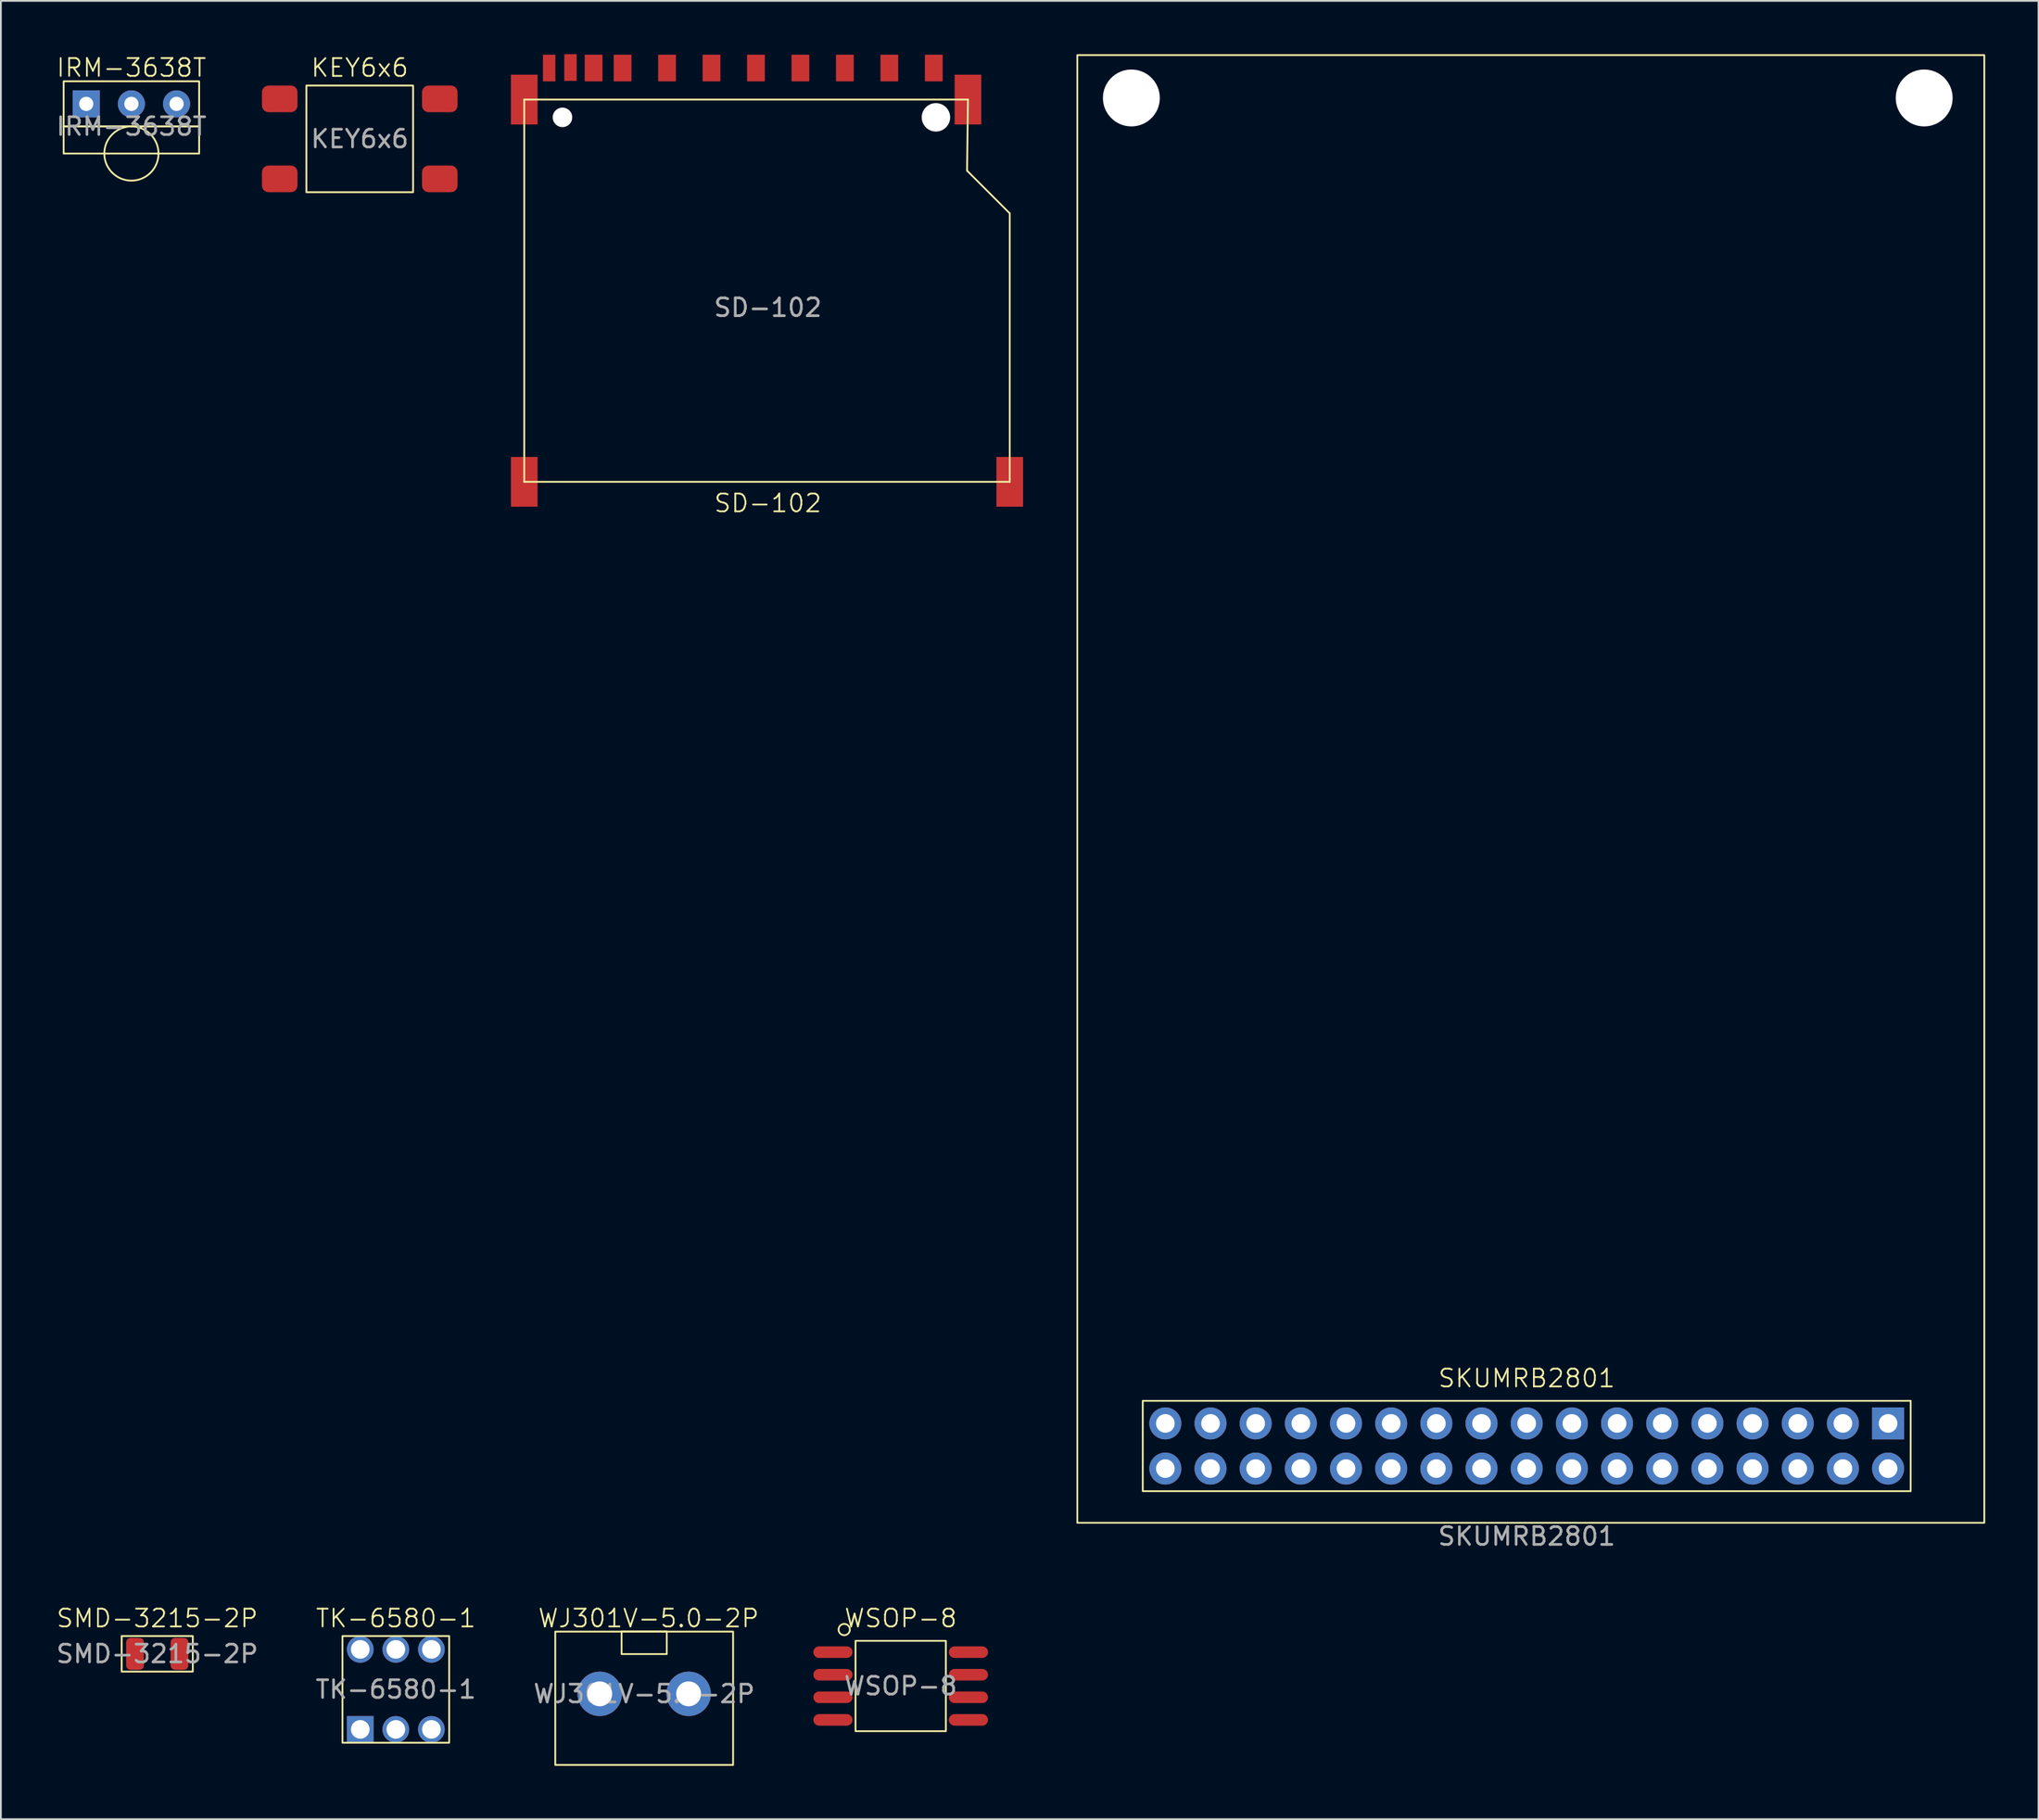
<source format=kicad_pcb>
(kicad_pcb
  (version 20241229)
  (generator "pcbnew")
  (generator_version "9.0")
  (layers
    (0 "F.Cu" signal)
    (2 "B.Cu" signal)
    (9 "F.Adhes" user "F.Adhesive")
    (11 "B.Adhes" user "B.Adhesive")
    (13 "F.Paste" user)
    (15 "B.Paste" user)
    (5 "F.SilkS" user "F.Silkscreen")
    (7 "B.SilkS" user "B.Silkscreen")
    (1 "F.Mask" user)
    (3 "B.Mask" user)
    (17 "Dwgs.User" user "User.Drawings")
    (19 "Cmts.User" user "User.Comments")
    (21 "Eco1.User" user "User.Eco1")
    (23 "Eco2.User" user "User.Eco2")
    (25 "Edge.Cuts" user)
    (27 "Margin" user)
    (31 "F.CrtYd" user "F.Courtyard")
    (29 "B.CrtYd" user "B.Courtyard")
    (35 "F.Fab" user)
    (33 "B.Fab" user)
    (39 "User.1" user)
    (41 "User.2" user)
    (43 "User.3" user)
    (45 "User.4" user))
  (footprint "SD-102"
    (layer "F.Cu")
    (at 26.429 24.05)
    (property "Reference" "SD-102" (at 13.7 1.2 0) (unlocked yes) (layer "F.SilkS") (effects (font (size 1 1) (thickness 0.1))))
    (attr smd)
    (fp_line (start 0 -21.5) (end 24.95 -21.5) (stroke (width 0.1) (type default)) (layer "F.SilkS"))
    (fp_line (start 0 0) (end 0 -21.5) (stroke (width 0.1) (type default)) (layer "F.SilkS"))
    (fp_line (start 0 0) (end 27.3 0) (stroke (width 0.1) (type default)) (layer "F.SilkS"))
    (fp_line (start 24.9 -17.5) (end 27.3 -15.1) (stroke (width 0.1) (type default)) (layer "F.SilkS"))
    (fp_line (start 24.95 -21.5) (end 24.9 -17.5) (stroke (width 0.1) (type default)) (layer "F.SilkS"))
    (fp_line (start 27.3 0) (end 27.3 -15.1) (stroke (width 0.1) (type default)) (layer "F.SilkS"))
    (fp_text user "${REFERENCE}" (at 13.7 -9.8 0) (unlocked yes) (layer "F.Fab") (effects (font (size 1 1) (thickness 0.15))))
    (pad "" smd rect (at 0 -21.5) (size 1.5 2.8) (layers "F.Cu" "F.Mask" "F.Paste"))
    (pad "" smd rect (at 0 0) (size 1.5 2.8) (layers "F.Cu" "F.Mask" "F.Paste"))
    (pad "" np_thru_hole circle (at 2.15 -20.5) (size 1.1 1.1) (drill 1.1) (layers "*.Cu" "*.Mask"))
    (pad "" np_thru_hole circle (at 23.15 -20.5) (size 1.6 1.6) (drill 1.6) (layers "*.Cu" "*.Mask"))
    (pad "" smd rect (at 24.95 -21.5) (size 1.5 2.8) (layers "F.Cu" "F.Mask" "F.Paste"))
    (pad "" smd rect (at 27.3 0) (size 1.5 2.8) (layers "F.Cu" "F.Mask" "F.Paste"))
    (pad "1" smd rect (at 20.53 -23.275) (size 1 1.5) (layers "F.Cu" "F.Mask" "F.Paste"))
    (pad "2" smd rect (at 18.03 -23.275) (size 1 1.5) (layers "F.Cu" "F.Mask" "F.Paste"))
    (pad "3" smd rect (at 15.53 -23.275) (size 1 1.5) (layers "F.Cu" "F.Mask" "F.Paste"))
    (pad "4" smd rect (at 13.03 -23.275) (size 1 1.5) (layers "F.Cu" "F.Mask" "F.Paste"))
    (pad "5" smd rect (at 10.53 -23.275) (size 1 1.5) (layers "F.Cu" "F.Mask" "F.Paste"))
    (pad "6" smd rect (at 8.03 -23.275) (size 1 1.5) (layers "F.Cu" "F.Mask" "F.Paste"))
    (pad "7" smd rect (at 5.53 -23.275) (size 1 1.5) (layers "F.Cu" "F.Mask" "F.Paste"))
    (pad "8" smd rect (at 3.9 -23.275) (size 1 1.5) (layers "F.Cu" "F.Mask" "F.Paste"))
    (pad "9" smd rect (at 23.03 -23.275) (size 1 1.5) (layers "F.Cu" "F.Mask" "F.Paste"))
    (pad "10" smd rect (at 2.6 -23.3) (size 0.7 1.5) (layers "F.Cu" "F.Mask" "F.Paste"))
    (pad "11" smd rect (at 1.4 -23.275) (size 0.7 1.5) (layers "F.Cu" "F.Mask" "F.Paste")))
  (footprint "WJ301V-5.0-2P"
    (layer "F.Cu")
    (at 33.173 92.219)
    (property "Reference" "WJ301V-5.0-2P" (at 0.25 -4.25 0) (unlocked yes) (layer "F.SilkS") (effects (font (size 1 1) (thickness 0.1))))
    (attr through_hole)
    (fp_rect (start -5 -3.5) (end 5 4) (stroke (width 0.1) (type default)) (fill no) (layer "F.SilkS"))
    (fp_rect (start -1.27 -3.505) (end 1.27 -2.235) (stroke (width 0.1) (type default)) (fill no) (layer "F.SilkS"))
    (fp_text user "${REFERENCE}" (at 0 0 0) (unlocked yes) (layer "F.Fab") (effects (font (size 1 1) (thickness 0.15))))
    (pad "1" thru_hole circle (at -2.5 0) (size 2.5 2.5) (drill 1.4) (layers "*.Cu" "*.Mask"))
    (pad "2" thru_hole circle (at 2.5 0) (size 2.5 2.5) (drill 1.4) (layers "*.Cu" "*.Mask")))
  (footprint "IRM-3638T"
    (layer "F.Cu")
    (at 4.339 2.792)
    (property "Reference" "IRM-3638T" (at 0 -2.032 0) (unlocked yes) (layer "F.SilkS") (effects (font (size 1 1) (thickness 0.1))))
    (attr through_hole)
    (fp_rect (start -3.81 -1.27) (end 3.81 1.27) (stroke (width 0.1) (type default)) (fill no) (layer "F.SilkS"))
    (fp_rect (start -3.81 1.27) (end 3.81 2.794) (stroke (width 0.1) (type default)) (fill no) (layer "F.SilkS"))
    (fp_circle (center 0 2.794) (end 0 4.318) (stroke (width 0.1) (type default)) (fill no) (layer "F.SilkS"))
    (fp_text user "${REFERENCE}" (at 0 1.27 0) (unlocked yes) (layer "F.Fab") (effects (font (size 1 1) (thickness 0.15))))
    (pad "1" thru_hole rect (at -2.54 0) (size 1.524 1.524) (drill 0.8) (layers "*.Cu" "*.Mask"))
    (pad "2" thru_hole circle (at 0 0) (size 1.524 1.524) (drill 0.8) (layers "*.Cu" "*.Mask"))
    (pad "3" thru_hole circle (at 2.54 0) (size 1.524 1.524) (drill 0.8) (layers "*.Cu" "*.Mask")))
  (footprint "TK-6580-1"
    (layer "F.Cu")
    (at 19.208 91.969)
    (property "Reference" "TK-6580-1" (at 0 -4 0) (unlocked yes) (layer "F.SilkS") (effects (font (size 1 1) (thickness 0.1))))
    (attr through_hole)
    (fp_rect (start -3 -3) (end 3 3) (stroke (width 0.1) (type default)) (fill no) (layer "F.SilkS"))
    (fp_text user "${REFERENCE}" (at 0 0 0) (unlocked yes) (layer "F.Fab") (effects (font (size 1 1) (thickness 0.15))))
    (pad "1" thru_hole rect (at -2 2.25) (size 1.5 1.5) (drill 1.05) (layers "*.Cu" "*.Mask"))
    (pad "2" thru_hole circle (at 0 2.25) (size 1.5 1.5) (drill 1.05) (layers "*.Cu" "*.Mask"))
    (pad "3" thru_hole circle (at 2 2.25) (size 1.5 1.5) (drill 1.05) (layers "*.Cu" "*.Mask"))
    (pad "4" thru_hole circle (at -2 -2.25) (size 1.5 1.5) (drill 1.05) (layers "*.Cu" "*.Mask"))
    (pad "5" thru_hole circle (at 0 -2.25) (size 1.5 1.5) (drill 1.05) (layers "*.Cu" "*.Mask"))
    (pad "6" thru_hole circle (at 2 -2.25) (size 1.5 1.5) (drill 1.05) (layers "*.Cu" "*.Mask")))
  (footprint "SMD-3215-2P"
    (layer "F.Cu")
    (at 5.792 89.969)
    (property "Reference" "SMD-3215-2P" (at 0 -2 0) (unlocked yes) (layer "F.SilkS") (effects (font (size 1 1) (thickness 0.1))))
    (attr smd)
    (fp_rect (start -2 -1) (end 2 1) (stroke (width 0.1) (type default)) (fill no) (layer "F.SilkS"))
    (fp_text user "${REFERENCE}" (at 0 0 0) (unlocked yes) (layer "F.Fab") (effects (font (size 1 1) (thickness 0.15))))
    (pad "1" smd roundrect (at -1.25 0) (size 1 1.8) (layers "F.Cu" "F.Mask" "F.Paste") (roundrect_rratio 0.25))
    (pad "2" smd roundrect (at 1.25 0) (size 1 1.8) (layers "F.Cu" "F.Mask" "F.Paste") (roundrect_rratio 0.25)))
  (footprint "KEY6x6"
    (layer "F.Cu")
    (at 17.179 4.761)
    (property "Reference" "KEY6x6" (at 0 -4 0) (unlocked yes) (layer "F.SilkS") (effects (font (size 1 1) (thickness 0.1))))
    (attr smd)
    (fp_rect (start -3 -3) (end 3 3) (stroke (width 0.1) (type default)) (fill no) (layer "F.SilkS"))
    (fp_text user "${REFERENCE}" (at 0 0 0) (unlocked yes) (layer "F.Fab") (effects (font (size 1 1) (thickness 0.15))))
    (pad "1" smd roundrect (at -4.5 -2.25) (size 2 1.5) (layers "F.Cu" "F.Mask" "F.Paste") (roundrect_rratio 0.25))
    (pad "1" smd roundrect (at 4.5 -2.25) (size 2 1.5) (layers "F.Cu" "F.Mask" "F.Paste") (roundrect_rratio 0.25))
    (pad "2" smd roundrect (at -4.5 2.25) (size 2 1.5) (layers "F.Cu" "F.Mask" "F.Paste") (roundrect_rratio 0.25))
    (pad "2" smd roundrect (at 4.5 2.25) (size 2 1.5) (layers "F.Cu" "F.Mask" "F.Paste") (roundrect_rratio 0.25)))
  (footprint "SKUMRB2801"
    (layer "F.Cu")
    (at 82.799 78.28)
    (property "Reference" "SKUMRB2801" (at 0 -3.81 0) (unlocked yes) (layer "F.SilkS") (effects (font (size 1 1) (thickness 0.1))))
    (attr through_hole)
    (fp_rect (start -25.27 4.32) (end 25.73 -78.23) (stroke (width 0.1) (type default)) (fill no) (layer "F.SilkS"))
    (fp_rect (start -21.59 -2.54) (end 21.59 2.54) (stroke (width 0.1) (type default)) (fill no) (layer "F.SilkS"))
    (fp_text user "${REFERENCE}" (at 0 5.08 0) (unlocked yes) (layer "F.Fab") (effects (font (size 1 1) (thickness 0.15))))
    (pad "" np_thru_hole circle (at -22.23 -75.82) (size 3.2 3.2) (drill 3.2) (layers "*.Cu" "*.Mask"))
    (pad "" np_thru_hole circle (at 22.35 -75.82) (size 3.2 3.2) (drill 3.2) (layers "*.Cu" "*.Mask"))
    (pad "1" thru_hole rect (at 20.32 -1.27 180) (size 1.8 1.8) (drill 1.05) (layers "*.Cu" "*.Mask"))
    (pad "2" thru_hole circle (at 20.32 1.27 180) (size 1.8 1.8) (drill 1.05) (layers "*.Cu" "*.Mask"))
    (pad "3" thru_hole circle (at 17.78 -1.27 180) (size 1.8 1.8) (drill 1.05) (layers "*.Cu" "*.Mask"))
    (pad "4" thru_hole circle (at 17.78 1.27 180) (size 1.8 1.8) (drill 1.05) (layers "*.Cu" "*.Mask"))
    (pad "5" thru_hole circle (at 15.24 -1.27 180) (size 1.8 1.8) (drill 1.05) (layers "*.Cu" "*.Mask"))
    (pad "6" thru_hole circle (at 15.24 1.27 180) (size 1.8 1.8) (drill 1.05) (layers "*.Cu" "*.Mask"))
    (pad "7" thru_hole circle (at 12.7 -1.27 180) (size 1.8 1.8) (drill 1.05) (layers "*.Cu" "*.Mask"))
    (pad "8" thru_hole circle (at 12.7 1.27 180) (size 1.8 1.8) (drill 1.05) (layers "*.Cu" "*.Mask"))
    (pad "9" thru_hole circle (at 10.16 -1.27 180) (size 1.8 1.8) (drill 1.05) (layers "*.Cu" "*.Mask"))
    (pad "10" thru_hole circle (at 10.16 1.27 180) (size 1.8 1.8) (drill 1.05) (layers "*.Cu" "*.Mask"))
    (pad "11" thru_hole circle (at 7.62 -1.27 180) (size 1.8 1.8) (drill 1.05) (layers "*.Cu" "*.Mask"))
    (pad "12" thru_hole circle (at 7.62 1.27 180) (size 1.8 1.8) (drill 1.05) (layers "*.Cu" "*.Mask"))
    (pad "13" thru_hole circle (at 5.08 -1.27 180) (size 1.8 1.8) (drill 1.05) (layers "*.Cu" "*.Mask"))
    (pad "14" thru_hole circle (at 5.08 1.27 180) (size 1.8 1.8) (drill 1.05) (layers "*.Cu" "*.Mask"))
    (pad "15" thru_hole circle (at 2.54 -1.27) (size 1.8 1.8) (drill 1.05) (layers "*.Cu" "*.Mask"))
    (pad "16" thru_hole circle (at 2.54 1.27) (size 1.8 1.8) (drill 1.05) (layers "*.Cu" "*.Mask"))
    (pad "17" thru_hole circle (at 0 -1.27) (size 1.8 1.8) (drill 1.05) (layers "*.Cu" "*.Mask"))
    (pad "18" thru_hole circle (at 0 1.27 90) (size 1.8 1.8) (drill 1.05) (layers "*.Cu" "*.Mask"))
    (pad "19" thru_hole circle (at -2.54 -1.27) (size 1.8 1.8) (drill 1.05) (layers "*.Cu" "*.Mask"))
    (pad "20" thru_hole circle (at -2.54 1.27) (size 1.8 1.8) (drill 1.05) (layers "*.Cu" "*.Mask"))
    (pad "21" thru_hole circle (at -5.08 -1.27) (size 1.8 1.8) (drill 1.05) (layers "*.Cu" "*.Mask"))
    (pad "22" thru_hole circle (at -5.08 1.27) (size 1.8 1.8) (drill 1.05) (layers "*.Cu" "*.Mask"))
    (pad "23" thru_hole circle (at -7.62 -1.27) (size 1.8 1.8) (drill 1.05) (layers "*.Cu" "*.Mask"))
    (pad "24" thru_hole circle (at -7.62 1.27) (size 1.8 1.8) (drill 1.05) (layers "*.Cu" "*.Mask"))
    (pad "25" thru_hole circle (at -10.16 -1.27) (size 1.8 1.8) (drill 1.05) (layers "*.Cu" "*.Mask"))
    (pad "26" thru_hole circle (at -10.16 1.27) (size 1.8 1.8) (drill 1.05) (layers "*.Cu" "*.Mask"))
    (pad "27" thru_hole circle (at -12.7 -1.27) (size 1.8 1.8) (drill 1.05) (layers "*.Cu" "*.Mask"))
    (pad "28" thru_hole circle (at -12.7 1.27) (size 1.8 1.8) (drill 1.05) (layers "*.Cu" "*.Mask"))
    (pad "29" thru_hole circle (at -15.24 -1.27) (size 1.8 1.8) (drill 1.05) (layers "*.Cu" "*.Mask"))
    (pad "30" thru_hole circle (at -15.24 1.27) (size 1.8 1.8) (drill 1.05) (layers "*.Cu" "*.Mask"))
    (pad "31" thru_hole circle (at -17.78 -1.27) (size 1.8 1.8) (drill 1.05) (layers "*.Cu" "*.Mask"))
    (pad "32" thru_hole circle (at -17.78 1.27) (size 1.8 1.8) (drill 1.05) (layers "*.Cu" "*.Mask"))
    (pad "33" thru_hole circle (at -20.32 -1.27) (size 1.8 1.8) (drill 1.05) (layers "*.Cu" "*.Mask"))
    (pad "34" thru_hole circle (at -20.32 1.27) (size 1.8 1.8) (drill 1.05) (layers "*.Cu" "*.Mask")))
  (footprint "WSOP-8"
    (layer "F.Cu")
    (at 47.597 91.779)
    (property "Reference" "WSOP-8" (at 0 -3.81 0) (unlocked yes) (layer "F.SilkS") (effects (font (size 1 1) (thickness 0.1))))
    (attr smd)
    (fp_rect (start -2.54 -2.54) (end 2.54 2.54) (stroke (width 0.1) (type default)) (fill no) (layer "F.SilkS"))
    (fp_circle (center -3.175 -3.175) (end -3.175 -2.857) (stroke (width 0.1) (type default)) (fill no) (layer "F.SilkS"))
    (fp_text user "${REFERENCE}" (at 0 0 0) (unlocked yes) (layer "F.Fab") (effects (font (size 1 1) (thickness 0.15))))
    (pad "1" smd oval (at -3.81 -1.905 270) (size 0.65 2.2) (layers "F.Cu" "F.Mask" "F.Paste"))
    (pad "2" smd oval (at 3.81 -1.905 270) (size 0.65 2.2) (layers "F.Cu" "F.Mask" "F.Paste"))
    (pad "3" smd oval (at -3.81 -0.635 270) (size 0.65 2.2) (layers "F.Cu" "F.Mask" "F.Paste"))
    (pad "4" smd oval (at 3.81 -0.635 270) (size 0.65 2.2) (layers "F.Cu" "F.Mask" "F.Paste"))
    (pad "5" smd oval (at -3.81 0.635 270) (size 0.65 2.2) (layers "F.Cu" "F.Mask" "F.Paste"))
    (pad "6" smd oval (at 3.81 0.635 270) (size 0.65 2.2) (layers "F.Cu" "F.Mask" "F.Paste"))
    (pad "7" smd oval (at -3.81 1.905 270) (size 0.65 2.2) (layers "F.Cu" "F.Mask" "F.Paste"))
    (pad "8" smd oval (at 3.81 1.905 270) (size 0.65 2.2) (layers "F.Cu" "F.Mask" "F.Paste")))
  (gr_rect
    (start -3 -3)
    (end 111.579 99.269)
    (stroke (width 0.1) (type default))
    (fill no)
    (layer "Edge.Cuts")))
</source>
